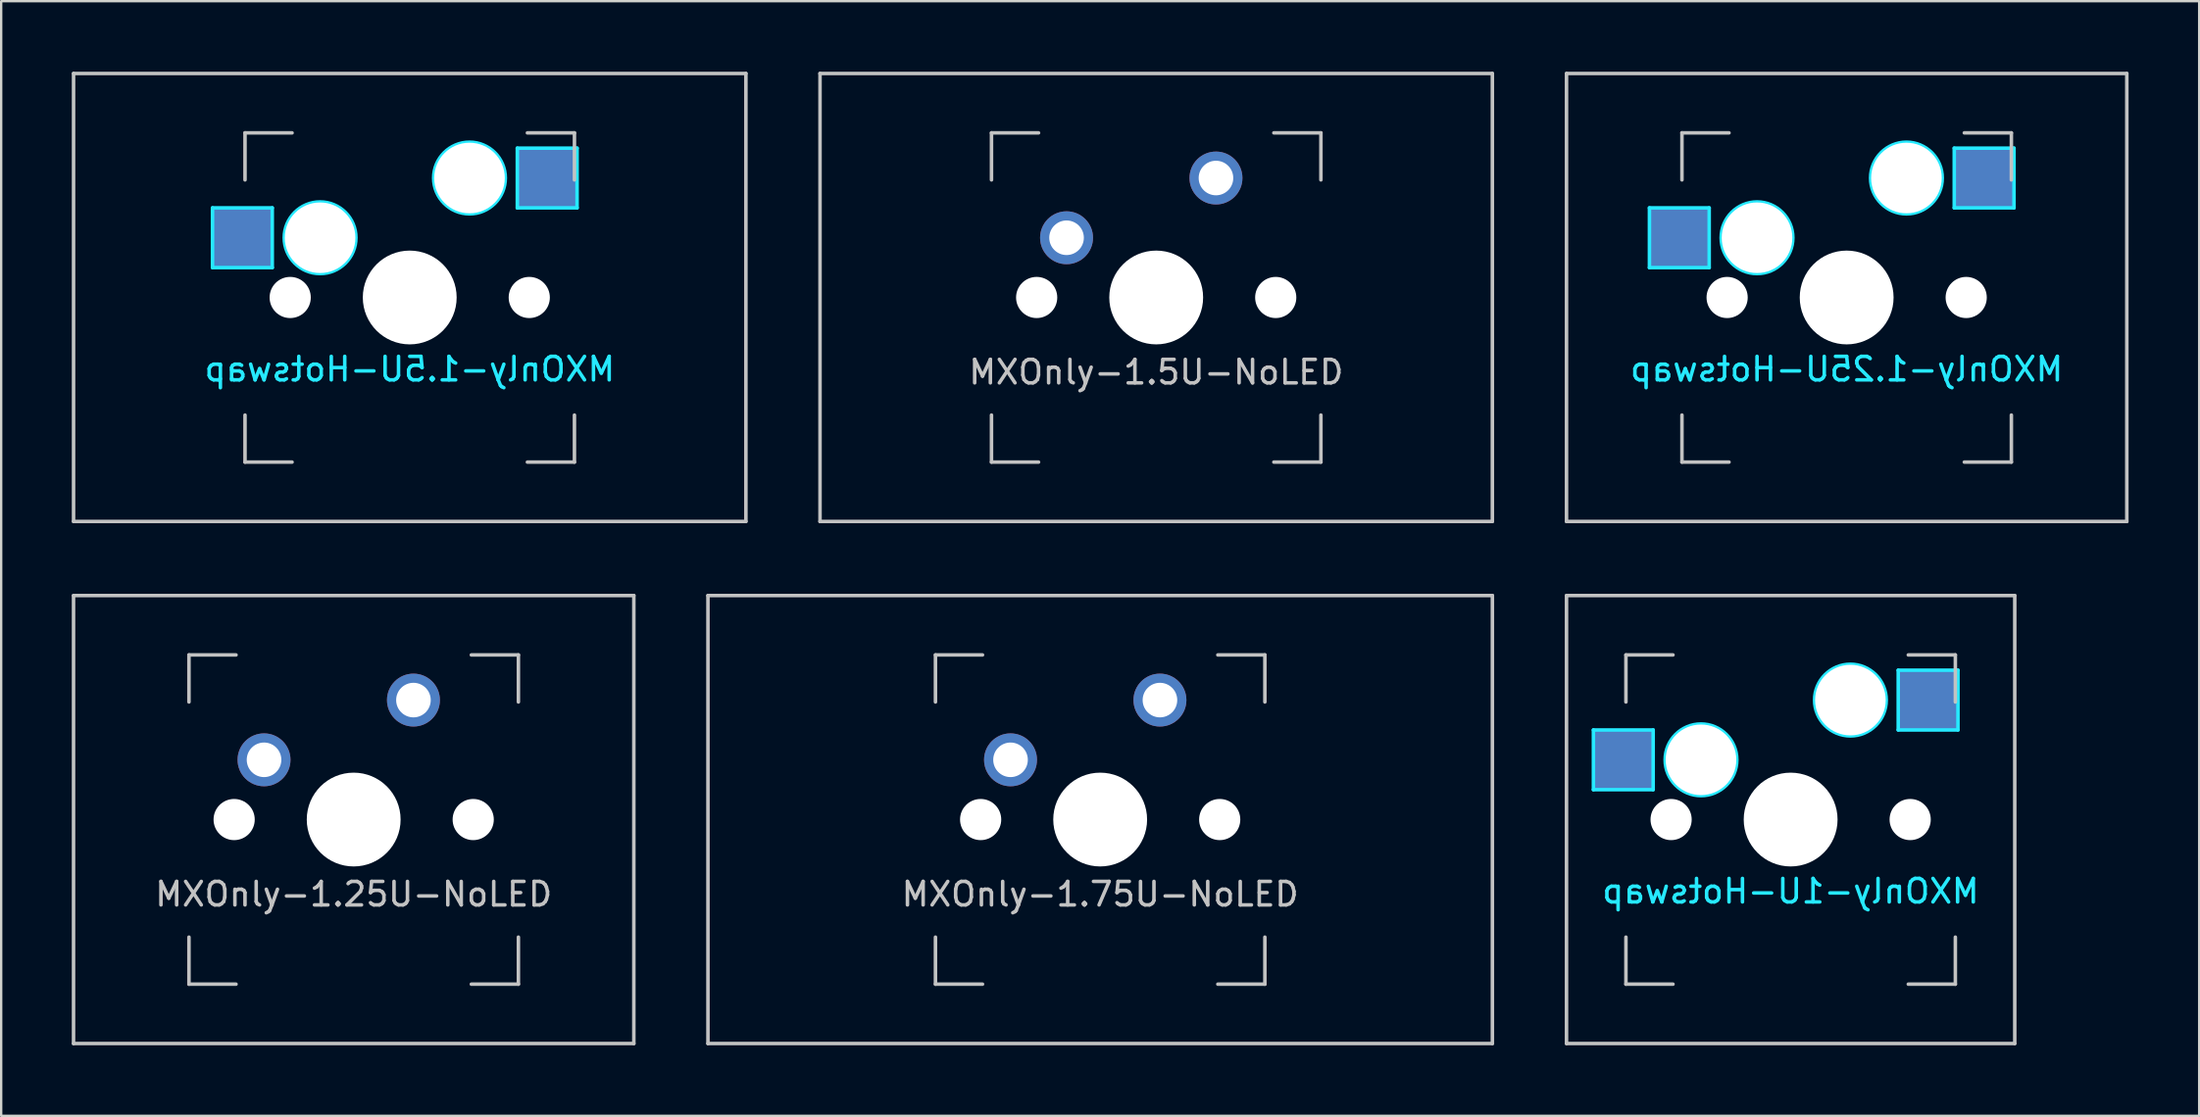
<source format=kicad_pcb>
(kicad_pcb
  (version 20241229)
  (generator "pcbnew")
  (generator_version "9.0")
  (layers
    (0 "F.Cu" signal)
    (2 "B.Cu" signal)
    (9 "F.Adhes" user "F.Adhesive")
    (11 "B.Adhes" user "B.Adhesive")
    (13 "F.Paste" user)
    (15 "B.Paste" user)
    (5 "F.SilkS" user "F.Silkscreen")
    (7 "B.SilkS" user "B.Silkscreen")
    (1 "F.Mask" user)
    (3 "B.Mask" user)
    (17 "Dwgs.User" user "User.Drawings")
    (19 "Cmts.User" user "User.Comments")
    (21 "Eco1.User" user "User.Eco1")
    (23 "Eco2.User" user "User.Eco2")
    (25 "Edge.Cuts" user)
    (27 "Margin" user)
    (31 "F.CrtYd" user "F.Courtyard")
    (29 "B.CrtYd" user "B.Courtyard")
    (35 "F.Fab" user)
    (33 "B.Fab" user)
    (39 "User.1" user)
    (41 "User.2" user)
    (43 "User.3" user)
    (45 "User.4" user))
  (footprint "MXOnly-1.75U-NoLED"
    (layer "F.Cu")
    (at 43.706 31.8)
    (property "Reference" "MXOnly-1.75U-NoLED" (at 0 3.175 0) (layer "Dwgs.User") (effects (font (size 1 1) (thickness 0.15))))
    (attr through_hole)
    (fp_line (start -16.669 -9.525) (end 16.669 -9.525) (stroke (width 0.15) (type solid)) (layer "Dwgs.User"))
    (fp_line (start -16.669 9.525) (end -16.669 -9.525) (stroke (width 0.15) (type solid)) (layer "Dwgs.User"))
    (fp_line (start -16.669 9.525) (end 16.669 9.525) (stroke (width 0.15) (type solid)) (layer "Dwgs.User"))
    (fp_line (start -7 -7) (end -7 -5) (stroke (width 0.15) (type solid)) (layer "Dwgs.User"))
    (fp_line (start -7 5) (end -7 7) (stroke (width 0.15) (type solid)) (layer "Dwgs.User"))
    (fp_line (start -7 7) (end -5 7) (stroke (width 0.15) (type solid)) (layer "Dwgs.User"))
    (fp_line (start -5 -7) (end -7 -7) (stroke (width 0.15) (type solid)) (layer "Dwgs.User"))
    (fp_line (start 5 -7) (end 7 -7) (stroke (width 0.15) (type solid)) (layer "Dwgs.User"))
    (fp_line (start 5 7) (end 7 7) (stroke (width 0.15) (type solid)) (layer "Dwgs.User"))
    (fp_line (start 7 -7) (end 7 -5) (stroke (width 0.15) (type solid)) (layer "Dwgs.User"))
    (fp_line (start 7 7) (end 7 5) (stroke (width 0.15) (type solid)) (layer "Dwgs.User"))
    (fp_line (start 16.669 -9.525) (end 16.669 9.525) (stroke (width 0.15) (type solid)) (layer "Dwgs.User"))
    (pad "" np_thru_hole circle (at -5.08 0 48.1) (size 1.75 1.75) (drill 1.75) (layers "*.Cu" "*.Mask"))
    (pad "" np_thru_hole circle (at 0 0) (size 3.988 3.988) (drill 3.988) (layers "*.Cu" "*.Mask"))
    (pad "" np_thru_hole circle (at 5.08 0 48.1) (size 1.75 1.75) (drill 1.75) (layers "*.Cu" "*.Mask"))
    (pad "1" thru_hole circle (at -3.81 -2.54) (size 2.25 2.25) (drill 1.47) (layers "*.Cu" "*.Mask"))
    (pad "2" thru_hole circle (at 2.54 -5.08) (size 2.25 2.25) (drill 1.47) (layers "*.Cu" "*.Mask")))
  (footprint "MXOnly-1U-Hotswap"
    (layer "F.Cu")
    (at 73.05 31.8)
    (property "Reference" "MXOnly-1U-Hotswap" (at 0 3.048 0) (layer "B.CrtYd") (effects (font (size 1 1) (thickness 0.15)) (justify mirror)))
    (attr smd)
    (fp_line (start -9.525 -9.525) (end 9.525 -9.525) (stroke (width 0.15) (type solid)) (layer "Dwgs.User"))
    (fp_line (start -9.525 9.525) (end -9.525 -9.525) (stroke (width 0.15) (type solid)) (layer "Dwgs.User"))
    (fp_line (start -7 -7) (end -7 -5) (stroke (width 0.15) (type solid)) (layer "Dwgs.User"))
    (fp_line (start -7 5) (end -7 7) (stroke (width 0.15) (type solid)) (layer "Dwgs.User"))
    (fp_line (start -7 7) (end -5 7) (stroke (width 0.15) (type solid)) (layer "Dwgs.User"))
    (fp_line (start -5 -7) (end -7 -7) (stroke (width 0.15) (type solid)) (layer "Dwgs.User"))
    (fp_line (start 5 -7) (end 7 -7) (stroke (width 0.15) (type solid)) (layer "Dwgs.User"))
    (fp_line (start 5 7) (end 7 7) (stroke (width 0.15) (type solid)) (layer "Dwgs.User"))
    (fp_line (start 7 -7) (end 7 -5) (stroke (width 0.15) (type solid)) (layer "Dwgs.User"))
    (fp_line (start 7 7) (end 7 5) (stroke (width 0.15) (type solid)) (layer "Dwgs.User"))
    (fp_line (start 9.525 -9.525) (end 9.525 9.525) (stroke (width 0.15) (type solid)) (layer "Dwgs.User"))
    (fp_line (start 9.525 9.525) (end -9.525 9.525) (stroke (width 0.15) (type solid)) (layer "Dwgs.User"))
    (fp_line (start -8.382 -3.81) (end -8.382 -1.27) (stroke (width 0.15) (type solid)) (layer "B.CrtYd"))
    (fp_line (start -8.382 -1.27) (end -5.842 -1.27) (stroke (width 0.15) (type solid)) (layer "B.CrtYd"))
    (fp_line (start -5.842 -3.81) (end -8.382 -3.81) (stroke (width 0.15) (type solid)) (layer "B.CrtYd"))
    (fp_line (start -5.842 -1.27) (end -5.842 -3.81) (stroke (width 0.15) (type solid)) (layer "B.CrtYd"))
    (fp_line (start 4.572 -6.35) (end 7.112 -6.35) (stroke (width 0.15) (type solid)) (layer "B.CrtYd"))
    (fp_line (start 4.572 -3.81) (end 4.572 -6.35) (stroke (width 0.15) (type solid)) (layer "B.CrtYd"))
    (fp_line (start 7.112 -6.35) (end 7.112 -3.81) (stroke (width 0.15) (type solid)) (layer "B.CrtYd"))
    (fp_line (start 7.112 -3.81) (end 4.572 -3.81) (stroke (width 0.15) (type solid)) (layer "B.CrtYd"))
    (fp_circle (center -3.81 -2.54) (end -3.81 -4.064) (stroke (width 0.15) (type solid)) (fill no) (layer "B.CrtYd"))
    (fp_circle (center 2.54 -5.08) (end 2.54 -6.604) (stroke (width 0.15) (type solid)) (fill no) (layer "B.CrtYd"))
    (pad "" np_thru_hole circle (at -5.08 0 48.1) (size 1.75 1.75) (drill 1.75) (layers "*.Cu" "*.Mask"))
    (pad "" np_thru_hole circle (at -3.81 -2.54) (size 3 3) (drill 3) (layers "*.Cu" "*.Mask"))
    (pad "" np_thru_hole circle (at 0 0) (size 3.988 3.988) (drill 3.988) (layers "*.Cu" "*.Mask"))
    (pad "" np_thru_hole circle (at 2.54 -5.08) (size 3 3) (drill 3) (layers "*.Cu" "*.Mask"))
    (pad "" np_thru_hole circle (at 5.08 0 48.1) (size 1.75 1.75) (drill 1.75) (layers "*.Cu" "*.Mask"))
    (pad "1" smd rect (at -7.085 -2.54) (size 2.55 2.5) (layers "B.Cu" "B.Mask" "B.Paste"))
    (pad "2" smd rect (at 5.842 -5.08) (size 2.55 2.5) (layers "B.Cu" "B.Mask" "B.Paste")))
  (footprint "MXOnly-1.5U-Hotswap"
    (layer "F.Cu")
    (at 14.363 9.6)
    (property "Reference" "MXOnly-1.5U-Hotswap" (at 0 3.048 0) (layer "B.CrtYd") (effects (font (size 1 1) (thickness 0.15)) (justify mirror)))
    (attr smd)
    (fp_line (start -14.287 -9.525) (end 14.287 -9.525) (stroke (width 0.15) (type solid)) (layer "Dwgs.User"))
    (fp_line (start -14.287 9.525) (end -14.287 -9.525) (stroke (width 0.15) (type solid)) (layer "Dwgs.User"))
    (fp_line (start -7 -7) (end -7 -5) (stroke (width 0.15) (type solid)) (layer "Dwgs.User"))
    (fp_line (start -7 5) (end -7 7) (stroke (width 0.15) (type solid)) (layer "Dwgs.User"))
    (fp_line (start -7 7) (end -5 7) (stroke (width 0.15) (type solid)) (layer "Dwgs.User"))
    (fp_line (start -5 -7) (end -7 -7) (stroke (width 0.15) (type solid)) (layer "Dwgs.User"))
    (fp_line (start 5 -7) (end 7 -7) (stroke (width 0.15) (type solid)) (layer "Dwgs.User"))
    (fp_line (start 5 7) (end 7 7) (stroke (width 0.15) (type solid)) (layer "Dwgs.User"))
    (fp_line (start 7 -7) (end 7 -5) (stroke (width 0.15) (type solid)) (layer "Dwgs.User"))
    (fp_line (start 7 7) (end 7 5) (stroke (width 0.15) (type solid)) (layer "Dwgs.User"))
    (fp_line (start 14.287 -9.525) (end 14.287 9.525) (stroke (width 0.15) (type solid)) (layer "Dwgs.User"))
    (fp_line (start 14.287 9.525) (end -14.287 9.525) (stroke (width 0.15) (type solid)) (layer "Dwgs.User"))
    (fp_line (start -8.382 -3.81) (end -5.842 -3.81) (stroke (width 0.15) (type solid)) (layer "B.CrtYd"))
    (fp_line (start -8.382 -1.27) (end -8.382 -3.81) (stroke (width 0.15) (type solid)) (layer "B.CrtYd"))
    (fp_line (start -5.842 -3.81) (end -5.842 -1.27) (stroke (width 0.15) (type solid)) (layer "B.CrtYd"))
    (fp_line (start -5.842 -1.27) (end -8.382 -1.27) (stroke (width 0.15) (type solid)) (layer "B.CrtYd"))
    (fp_line (start 4.572 -6.35) (end 7.112 -6.35) (stroke (width 0.15) (type solid)) (layer "B.CrtYd"))
    (fp_line (start 4.572 -3.81) (end 4.572 -6.35) (stroke (width 0.15) (type solid)) (layer "B.CrtYd"))
    (fp_line (start 7.112 -6.35) (end 7.112 -3.81) (stroke (width 0.15) (type solid)) (layer "B.CrtYd"))
    (fp_line (start 7.112 -3.81) (end 4.572 -3.81) (stroke (width 0.15) (type solid)) (layer "B.CrtYd"))
    (fp_circle (center -3.81 -2.54) (end -3.81 -4.064) (stroke (width 0.15) (type solid)) (fill no) (layer "B.CrtYd"))
    (fp_circle (center 2.54 -5.08) (end 2.54 -6.604) (stroke (width 0.15) (type solid)) (fill no) (layer "B.CrtYd"))
    (pad "" np_thru_hole circle (at -5.08 0 48.1) (size 1.75 1.75) (drill 1.75) (layers "*.Cu" "*.Mask"))
    (pad "" np_thru_hole circle (at -3.81 -2.54) (size 3 3) (drill 3) (layers "*.Cu" "*.Mask"))
    (pad "" np_thru_hole circle (at 0 0) (size 3.988 3.988) (drill 3.988) (layers "*.Cu" "*.Mask"))
    (pad "" np_thru_hole circle (at 2.54 -5.08) (size 3 3) (drill 3) (layers "*.Cu" "*.Mask"))
    (pad "" np_thru_hole circle (at 5.08 0 48.1) (size 1.75 1.75) (drill 1.75) (layers "*.Cu" "*.Mask"))
    (pad "1" smd rect (at -7.085 -2.54) (size 2.55 2.5) (layers "B.Cu" "B.Mask" "B.Paste"))
    (pad "2" smd rect (at 5.842 -5.08) (size 2.55 2.5) (layers "B.Cu" "B.Mask" "B.Paste")))
  (footprint "MXOnly-1.5U-NoLED"
    (layer "F.Cu")
    (at 46.087 9.6)
    (property "Reference" "MXOnly-1.5U-NoLED" (at 0 3.175 0) (layer "Dwgs.User") (effects (font (size 1 1) (thickness 0.15))))
    (attr through_hole)
    (fp_line (start -14.287 -9.525) (end 14.287 -9.525) (stroke (width 0.15) (type solid)) (layer "Dwgs.User"))
    (fp_line (start -14.287 9.525) (end -14.287 -9.525) (stroke (width 0.15) (type solid)) (layer "Dwgs.User"))
    (fp_line (start -14.287 9.525) (end 14.287 9.525) (stroke (width 0.15) (type solid)) (layer "Dwgs.User"))
    (fp_line (start -7 -7) (end -7 -5) (stroke (width 0.15) (type solid)) (layer "Dwgs.User"))
    (fp_line (start -7 5) (end -7 7) (stroke (width 0.15) (type solid)) (layer "Dwgs.User"))
    (fp_line (start -7 7) (end -5 7) (stroke (width 0.15) (type solid)) (layer "Dwgs.User"))
    (fp_line (start -5 -7) (end -7 -7) (stroke (width 0.15) (type solid)) (layer "Dwgs.User"))
    (fp_line (start 5 -7) (end 7 -7) (stroke (width 0.15) (type solid)) (layer "Dwgs.User"))
    (fp_line (start 5 7) (end 7 7) (stroke (width 0.15) (type solid)) (layer "Dwgs.User"))
    (fp_line (start 7 -7) (end 7 -5) (stroke (width 0.15) (type solid)) (layer "Dwgs.User"))
    (fp_line (start 7 7) (end 7 5) (stroke (width 0.15) (type solid)) (layer "Dwgs.User"))
    (fp_line (start 14.287 -9.525) (end 14.287 9.525) (stroke (width 0.15) (type solid)) (layer "Dwgs.User"))
    (pad "" np_thru_hole circle (at -5.08 0 48.1) (size 1.75 1.75) (drill 1.75) (layers "*.Cu" "*.Mask"))
    (pad "" np_thru_hole circle (at 0 0) (size 3.988 3.988) (drill 3.988) (layers "*.Cu" "*.Mask"))
    (pad "" np_thru_hole circle (at 5.08 0 48.1) (size 1.75 1.75) (drill 1.75) (layers "*.Cu" "*.Mask"))
    (pad "1" thru_hole circle (at -3.81 -2.54) (size 2.25 2.25) (drill 1.47) (layers "*.Cu" "*.Mask"))
    (pad "2" thru_hole circle (at 2.54 -5.08) (size 2.25 2.25) (drill 1.47) (layers "*.Cu" "*.Mask")))
  (footprint "MXOnly-1.25U-Hotswap"
    (layer "F.Cu")
    (at 75.431 9.6)
    (property "Reference" "MXOnly-1.25U-Hotswap" (at 0 3.048 0) (layer "B.CrtYd") (effects (font (size 1 1) (thickness 0.15)) (justify mirror)))
    (attr smd)
    (fp_line (start -11.906 -9.525) (end 11.906 -9.525) (stroke (width 0.15) (type solid)) (layer "Dwgs.User"))
    (fp_line (start -11.906 9.525) (end -11.906 -9.525) (stroke (width 0.15) (type solid)) (layer "Dwgs.User"))
    (fp_line (start -7 -7) (end -7 -5) (stroke (width 0.15) (type solid)) (layer "Dwgs.User"))
    (fp_line (start -7 5) (end -7 7) (stroke (width 0.15) (type solid)) (layer "Dwgs.User"))
    (fp_line (start -7 7) (end -5 7) (stroke (width 0.15) (type solid)) (layer "Dwgs.User"))
    (fp_line (start -5 -7) (end -7 -7) (stroke (width 0.15) (type solid)) (layer "Dwgs.User"))
    (fp_line (start 5 -7) (end 7 -7) (stroke (width 0.15) (type solid)) (layer "Dwgs.User"))
    (fp_line (start 5 7) (end 7 7) (stroke (width 0.15) (type solid)) (layer "Dwgs.User"))
    (fp_line (start 7 -7) (end 7 -5) (stroke (width 0.15) (type solid)) (layer "Dwgs.User"))
    (fp_line (start 7 7) (end 7 5) (stroke (width 0.15) (type solid)) (layer "Dwgs.User"))
    (fp_line (start 11.906 -9.525) (end 11.906 9.525) (stroke (width 0.15) (type solid)) (layer "Dwgs.User"))
    (fp_line (start 11.906 9.525) (end -11.906 9.525) (stroke (width 0.15) (type solid)) (layer "Dwgs.User"))
    (fp_line (start -8.382 -3.81) (end -5.842 -3.81) (stroke (width 0.15) (type solid)) (layer "B.CrtYd"))
    (fp_line (start -8.382 -1.27) (end -8.382 -3.81) (stroke (width 0.15) (type solid)) (layer "B.CrtYd"))
    (fp_line (start -5.842 -3.81) (end -5.842 -1.27) (stroke (width 0.15) (type solid)) (layer "B.CrtYd"))
    (fp_line (start -5.842 -1.27) (end -8.382 -1.27) (stroke (width 0.15) (type solid)) (layer "B.CrtYd"))
    (fp_line (start 4.572 -6.35) (end 7.112 -6.35) (stroke (width 0.15) (type solid)) (layer "B.CrtYd"))
    (fp_line (start 4.572 -3.81) (end 4.572 -6.35) (stroke (width 0.15) (type solid)) (layer "B.CrtYd"))
    (fp_line (start 7.112 -6.35) (end 7.112 -3.81) (stroke (width 0.15) (type solid)) (layer "B.CrtYd"))
    (fp_line (start 7.112 -3.81) (end 4.572 -3.81) (stroke (width 0.15) (type solid)) (layer "B.CrtYd"))
    (fp_circle (center -3.81 -2.54) (end -3.81 -4.064) (stroke (width 0.15) (type solid)) (fill no) (layer "B.CrtYd"))
    (fp_circle (center 2.54 -5.08) (end 2.54 -6.604) (stroke (width 0.15) (type solid)) (fill no) (layer "B.CrtYd"))
    (pad "" np_thru_hole circle (at -5.08 0 48.1) (size 1.75 1.75) (drill 1.75) (layers "*.Cu" "*.Mask"))
    (pad "" np_thru_hole circle (at -3.81 -2.54) (size 3 3) (drill 3) (layers "*.Cu" "*.Mask"))
    (pad "" np_thru_hole circle (at 0 0) (size 3.988 3.988) (drill 3.988) (layers "*.Cu" "*.Mask"))
    (pad "" np_thru_hole circle (at 2.54 -5.08) (size 3 3) (drill 3) (layers "*.Cu" "*.Mask"))
    (pad "" np_thru_hole circle (at 5.08 0 48.1) (size 1.75 1.75) (drill 1.75) (layers "*.Cu" "*.Mask"))
    (pad "1" smd rect (at -7.085 -2.54) (size 2.55 2.5) (layers "B.Cu" "B.Mask" "B.Paste"))
    (pad "2" smd rect (at 5.842 -5.08) (size 2.55 2.5) (layers "B.Cu" "B.Mask" "B.Paste")))
  (footprint "MXOnly-1.25U-NoLED"
    (layer "F.Cu")
    (at 11.981 31.8)
    (property "Reference" "MXOnly-1.25U-NoLED" (at 0 3.175 0) (layer "Dwgs.User") (effects (font (size 1 1) (thickness 0.15))))
    (attr through_hole)
    (fp_line (start -11.906 -9.525) (end 11.906 -9.525) (stroke (width 0.15) (type solid)) (layer "Dwgs.User"))
    (fp_line (start -11.906 9.525) (end -11.906 -9.525) (stroke (width 0.15) (type solid)) (layer "Dwgs.User"))
    (fp_line (start -11.906 9.525) (end 11.906 9.525) (stroke (width 0.15) (type solid)) (layer "Dwgs.User"))
    (fp_line (start -7 -7) (end -7 -5) (stroke (width 0.15) (type solid)) (layer "Dwgs.User"))
    (fp_line (start -7 5) (end -7 7) (stroke (width 0.15) (type solid)) (layer "Dwgs.User"))
    (fp_line (start -7 7) (end -5 7) (stroke (width 0.15) (type solid)) (layer "Dwgs.User"))
    (fp_line (start -5 -7) (end -7 -7) (stroke (width 0.15) (type solid)) (layer "Dwgs.User"))
    (fp_line (start 5 -7) (end 7 -7) (stroke (width 0.15) (type solid)) (layer "Dwgs.User"))
    (fp_line (start 5 7) (end 7 7) (stroke (width 0.15) (type solid)) (layer "Dwgs.User"))
    (fp_line (start 7 -7) (end 7 -5) (stroke (width 0.15) (type solid)) (layer "Dwgs.User"))
    (fp_line (start 7 7) (end 7 5) (stroke (width 0.15) (type solid)) (layer "Dwgs.User"))
    (fp_line (start 11.906 -9.525) (end 11.906 9.525) (stroke (width 0.15) (type solid)) (layer "Dwgs.User"))
    (pad "" np_thru_hole circle (at -5.08 0 48.1) (size 1.75 1.75) (drill 1.75) (layers "*.Cu" "*.Mask"))
    (pad "" np_thru_hole circle (at 0 0) (size 3.988 3.988) (drill 3.988) (layers "*.Cu" "*.Mask"))
    (pad "" np_thru_hole circle (at 5.08 0 48.1) (size 1.75 1.75) (drill 1.75) (layers "*.Cu" "*.Mask"))
    (pad "1" thru_hole circle (at -3.81 -2.54) (size 2.25 2.25) (drill 1.47) (layers "*.Cu" "*.Mask"))
    (pad "2" thru_hole circle (at 2.54 -5.08) (size 2.25 2.25) (drill 1.47) (layers "*.Cu" "*.Mask")))
  (gr_rect
    (start -3 -3)
    (end 90.412 44.4)
    (stroke (width 0.1) (type default))
    (fill no)
    (layer "Edge.Cuts")))
</source>
